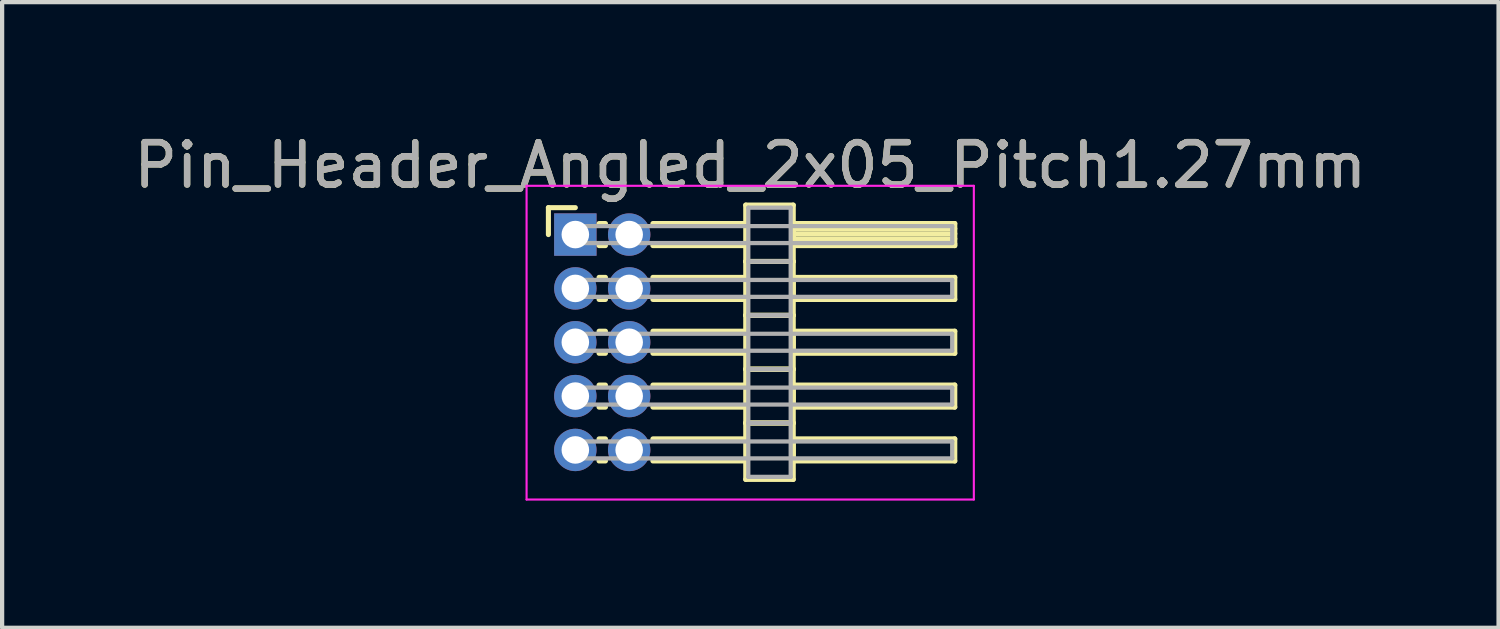
<source format=kicad_pcb>
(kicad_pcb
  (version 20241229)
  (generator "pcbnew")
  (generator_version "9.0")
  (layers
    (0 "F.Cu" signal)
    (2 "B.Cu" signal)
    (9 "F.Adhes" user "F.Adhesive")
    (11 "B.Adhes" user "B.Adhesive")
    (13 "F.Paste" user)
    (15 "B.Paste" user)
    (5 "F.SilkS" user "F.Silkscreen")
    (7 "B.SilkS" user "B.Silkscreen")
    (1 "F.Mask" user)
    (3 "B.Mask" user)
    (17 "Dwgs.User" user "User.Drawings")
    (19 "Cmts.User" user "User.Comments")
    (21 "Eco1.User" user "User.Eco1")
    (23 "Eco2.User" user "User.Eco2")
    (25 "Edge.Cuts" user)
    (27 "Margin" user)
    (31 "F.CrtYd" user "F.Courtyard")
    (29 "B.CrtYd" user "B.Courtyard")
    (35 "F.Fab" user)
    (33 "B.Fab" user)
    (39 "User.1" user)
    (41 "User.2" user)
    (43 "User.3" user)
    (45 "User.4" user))
  (footprint "Pin_Header_Angled_2x05_Pitch1.27mm"
    (layer "F.Cu")
    (at 10.521 2.483)
    (property "Reference" "Pin_Header_Angled_2x05_Pitch1.27mm" (at 4.128 -1.635 0) (layer "F.SilkS") (effects (font (size 1 1) (thickness 0.15))))
    (attr through_hole)
    (fp_line (start -0.635 -0.635) (end 0 -0.635) (stroke (width 0.12) (type solid)) (layer "F.SilkS"))
    (fp_line (start -0.635 0) (end -0.635 -0.635) (stroke (width 0.12) (type solid)) (layer "F.SilkS"))
    (fp_line (start 0.56 -0.26) (end 0.71 -0.26) (stroke (width 0.12) (type solid)) (layer "F.SilkS"))
    (fp_line (start 0.56 0.26) (end 0.71 0.26) (stroke (width 0.12) (type solid)) (layer "F.SilkS"))
    (fp_line (start 0.56 1.01) (end 0.71 1.01) (stroke (width 0.12) (type solid)) (layer "F.SilkS"))
    (fp_line (start 0.56 1.53) (end 0.71 1.53) (stroke (width 0.12) (type solid)) (layer "F.SilkS"))
    (fp_line (start 0.56 2.28) (end 0.71 2.28) (stroke (width 0.12) (type solid)) (layer "F.SilkS"))
    (fp_line (start 0.56 2.8) (end 0.71 2.8) (stroke (width 0.12) (type solid)) (layer "F.SilkS"))
    (fp_line (start 0.56 3.55) (end 0.71 3.55) (stroke (width 0.12) (type solid)) (layer "F.SilkS"))
    (fp_line (start 0.56 4.07) (end 0.71 4.07) (stroke (width 0.12) (type solid)) (layer "F.SilkS"))
    (fp_line (start 0.56 4.82) (end 0.71 4.82) (stroke (width 0.12) (type solid)) (layer "F.SilkS"))
    (fp_line (start 0.56 5.34) (end 0.71 5.34) (stroke (width 0.12) (type solid)) (layer "F.SilkS"))
    (fp_line (start 1.83 -0.26) (end 4.02 -0.26) (stroke (width 0.12) (type solid)) (layer "F.SilkS"))
    (fp_line (start 1.83 0.26) (end 4.02 0.26) (stroke (width 0.12) (type solid)) (layer "F.SilkS"))
    (fp_line (start 1.83 1.01) (end 4.02 1.01) (stroke (width 0.12) (type solid)) (layer "F.SilkS"))
    (fp_line (start 1.83 1.53) (end 4.02 1.53) (stroke (width 0.12) (type solid)) (layer "F.SilkS"))
    (fp_line (start 1.83 2.28) (end 4.02 2.28) (stroke (width 0.12) (type solid)) (layer "F.SilkS"))
    (fp_line (start 1.83 2.8) (end 4.02 2.8) (stroke (width 0.12) (type solid)) (layer "F.SilkS"))
    (fp_line (start 1.83 3.55) (end 4.02 3.55) (stroke (width 0.12) (type solid)) (layer "F.SilkS"))
    (fp_line (start 1.83 4.07) (end 4.02 4.07) (stroke (width 0.12) (type solid)) (layer "F.SilkS"))
    (fp_line (start 1.83 4.82) (end 4.02 4.82) (stroke (width 0.12) (type solid)) (layer "F.SilkS"))
    (fp_line (start 1.83 5.34) (end 4.02 5.34) (stroke (width 0.12) (type solid)) (layer "F.SilkS"))
    (fp_line (start 4.02 -0.695) (end 4.02 0.635) (stroke (width 0.12) (type solid)) (layer "F.SilkS"))
    (fp_line (start 4.02 0.635) (end 4.02 1.905) (stroke (width 0.12) (type solid)) (layer "F.SilkS"))
    (fp_line (start 4.02 0.635) (end 5.14 0.635) (stroke (width 0.12) (type solid)) (layer "F.SilkS"))
    (fp_line (start 4.02 1.905) (end 4.02 3.175) (stroke (width 0.12) (type solid)) (layer "F.SilkS"))
    (fp_line (start 4.02 1.905) (end 5.14 1.905) (stroke (width 0.12) (type solid)) (layer "F.SilkS"))
    (fp_line (start 4.02 3.175) (end 4.02 4.445) (stroke (width 0.12) (type solid)) (layer "F.SilkS"))
    (fp_line (start 4.02 3.175) (end 5.14 3.175) (stroke (width 0.12) (type solid)) (layer "F.SilkS"))
    (fp_line (start 4.02 4.445) (end 4.02 5.775) (stroke (width 0.12) (type solid)) (layer "F.SilkS"))
    (fp_line (start 4.02 4.445) (end 5.14 4.445) (stroke (width 0.12) (type solid)) (layer "F.SilkS"))
    (fp_line (start 4.02 5.775) (end 5.14 5.775) (stroke (width 0.12) (type solid)) (layer "F.SilkS"))
    (fp_line (start 5.14 -0.695) (end 4.02 -0.695) (stroke (width 0.12) (type solid)) (layer "F.SilkS"))
    (fp_line (start 5.14 -0.26) (end 5.14 0.26) (stroke (width 0.12) (type solid)) (layer "F.SilkS"))
    (fp_line (start 5.14 -0.14) (end 8.95 -0.14) (stroke (width 0.12) (type solid)) (layer "F.SilkS"))
    (fp_line (start 5.14 -0.02) (end 8.95 -0.02) (stroke (width 0.12) (type solid)) (layer "F.SilkS"))
    (fp_line (start 5.14 0.1) (end 8.95 0.1) (stroke (width 0.12) (type solid)) (layer "F.SilkS"))
    (fp_line (start 5.14 0.22) (end 8.95 0.22) (stroke (width 0.12) (type solid)) (layer "F.SilkS"))
    (fp_line (start 5.14 0.26) (end 8.95 0.26) (stroke (width 0.12) (type solid)) (layer "F.SilkS"))
    (fp_line (start 5.14 0.635) (end 4.02 0.635) (stroke (width 0.12) (type solid)) (layer "F.SilkS"))
    (fp_line (start 5.14 0.635) (end 5.14 -0.695) (stroke (width 0.12) (type solid)) (layer "F.SilkS"))
    (fp_line (start 5.14 1.01) (end 5.14 1.53) (stroke (width 0.12) (type solid)) (layer "F.SilkS"))
    (fp_line (start 5.14 1.53) (end 8.95 1.53) (stroke (width 0.12) (type solid)) (layer "F.SilkS"))
    (fp_line (start 5.14 1.905) (end 4.02 1.905) (stroke (width 0.12) (type solid)) (layer "F.SilkS"))
    (fp_line (start 5.14 1.905) (end 5.14 0.635) (stroke (width 0.12) (type solid)) (layer "F.SilkS"))
    (fp_line (start 5.14 2.28) (end 5.14 2.8) (stroke (width 0.12) (type solid)) (layer "F.SilkS"))
    (fp_line (start 5.14 2.8) (end 8.95 2.8) (stroke (width 0.12) (type solid)) (layer "F.SilkS"))
    (fp_line (start 5.14 3.175) (end 4.02 3.175) (stroke (width 0.12) (type solid)) (layer "F.SilkS"))
    (fp_line (start 5.14 3.175) (end 5.14 1.905) (stroke (width 0.12) (type solid)) (layer "F.SilkS"))
    (fp_line (start 5.14 3.55) (end 5.14 4.07) (stroke (width 0.12) (type solid)) (layer "F.SilkS"))
    (fp_line (start 5.14 4.07) (end 8.95 4.07) (stroke (width 0.12) (type solid)) (layer "F.SilkS"))
    (fp_line (start 5.14 4.445) (end 4.02 4.445) (stroke (width 0.12) (type solid)) (layer "F.SilkS"))
    (fp_line (start 5.14 4.445) (end 5.14 3.175) (stroke (width 0.12) (type solid)) (layer "F.SilkS"))
    (fp_line (start 5.14 4.82) (end 5.14 5.34) (stroke (width 0.12) (type solid)) (layer "F.SilkS"))
    (fp_line (start 5.14 5.34) (end 8.95 5.34) (stroke (width 0.12) (type solid)) (layer "F.SilkS"))
    (fp_line (start 5.14 5.775) (end 5.14 4.445) (stroke (width 0.12) (type solid)) (layer "F.SilkS"))
    (fp_line (start 8.95 -0.26) (end 5.14 -0.26) (stroke (width 0.12) (type solid)) (layer "F.SilkS"))
    (fp_line (start 8.95 0.26) (end 8.95 -0.26) (stroke (width 0.12) (type solid)) (layer "F.SilkS"))
    (fp_line (start 8.95 1.01) (end 5.14 1.01) (stroke (width 0.12) (type solid)) (layer "F.SilkS"))
    (fp_line (start 8.95 1.53) (end 8.95 1.01) (stroke (width 0.12) (type solid)) (layer "F.SilkS"))
    (fp_line (start 8.95 2.28) (end 5.14 2.28) (stroke (width 0.12) (type solid)) (layer "F.SilkS"))
    (fp_line (start 8.95 2.8) (end 8.95 2.28) (stroke (width 0.12) (type solid)) (layer "F.SilkS"))
    (fp_line (start 8.95 3.55) (end 5.14 3.55) (stroke (width 0.12) (type solid)) (layer "F.SilkS"))
    (fp_line (start 8.95 4.07) (end 8.95 3.55) (stroke (width 0.12) (type solid)) (layer "F.SilkS"))
    (fp_line (start 8.95 4.82) (end 5.14 4.82) (stroke (width 0.12) (type solid)) (layer "F.SilkS"))
    (fp_line (start 8.95 5.34) (end 8.95 4.82) (stroke (width 0.12) (type solid)) (layer "F.SilkS"))
    (fp_line (start -1.15 -1.15) (end -1.15 6.25) (stroke (width 0.05) (type solid)) (layer "F.CrtYd"))
    (fp_line (start -1.15 6.25) (end 9.4 6.25) (stroke (width 0.05) (type solid)) (layer "F.CrtYd"))
    (fp_line (start 9.4 -1.15) (end -1.15 -1.15) (stroke (width 0.05) (type solid)) (layer "F.CrtYd"))
    (fp_line (start 9.4 6.25) (end 9.4 -1.15) (stroke (width 0.05) (type solid)) (layer "F.CrtYd"))
    (fp_line (start 0 -0.2) (end 0 0.2) (stroke (width 0.1) (type solid)) (layer "F.Fab"))
    (fp_line (start 0 0.2) (end 8.89 0.2) (stroke (width 0.1) (type solid)) (layer "F.Fab"))
    (fp_line (start 0 1.07) (end 0 1.47) (stroke (width 0.1) (type solid)) (layer "F.Fab"))
    (fp_line (start 0 1.47) (end 8.89 1.47) (stroke (width 0.1) (type solid)) (layer "F.Fab"))
    (fp_line (start 0 2.34) (end 0 2.74) (stroke (width 0.1) (type solid)) (layer "F.Fab"))
    (fp_line (start 0 2.74) (end 8.89 2.74) (stroke (width 0.1) (type solid)) (layer "F.Fab"))
    (fp_line (start 0 3.61) (end 0 4.01) (stroke (width 0.1) (type solid)) (layer "F.Fab"))
    (fp_line (start 0 4.01) (end 8.89 4.01) (stroke (width 0.1) (type solid)) (layer "F.Fab"))
    (fp_line (start 0 4.88) (end 0 5.28) (stroke (width 0.1) (type solid)) (layer "F.Fab"))
    (fp_line (start 0 5.28) (end 8.89 5.28) (stroke (width 0.1) (type solid)) (layer "F.Fab"))
    (fp_line (start 4.08 -0.635) (end 4.08 0.635) (stroke (width 0.1) (type solid)) (layer "F.Fab"))
    (fp_line (start 4.08 0.635) (end 4.08 1.905) (stroke (width 0.1) (type solid)) (layer "F.Fab"))
    (fp_line (start 4.08 0.635) (end 5.08 0.635) (stroke (width 0.1) (type solid)) (layer "F.Fab"))
    (fp_line (start 4.08 1.905) (end 4.08 3.175) (stroke (width 0.1) (type solid)) (layer "F.Fab"))
    (fp_line (start 4.08 1.905) (end 5.08 1.905) (stroke (width 0.1) (type solid)) (layer "F.Fab"))
    (fp_line (start 4.08 3.175) (end 4.08 4.445) (stroke (width 0.1) (type solid)) (layer "F.Fab"))
    (fp_line (start 4.08 3.175) (end 5.08 3.175) (stroke (width 0.1) (type solid)) (layer "F.Fab"))
    (fp_line (start 4.08 4.445) (end 4.08 5.715) (stroke (width 0.1) (type solid)) (layer "F.Fab"))
    (fp_line (start 4.08 4.445) (end 5.08 4.445) (stroke (width 0.1) (type solid)) (layer "F.Fab"))
    (fp_line (start 4.08 5.715) (end 5.08 5.715) (stroke (width 0.1) (type solid)) (layer "F.Fab"))
    (fp_line (start 5.08 -0.635) (end 4.08 -0.635) (stroke (width 0.1) (type solid)) (layer "F.Fab"))
    (fp_line (start 5.08 0.635) (end 4.08 0.635) (stroke (width 0.1) (type solid)) (layer "F.Fab"))
    (fp_line (start 5.08 0.635) (end 5.08 -0.635) (stroke (width 0.1) (type solid)) (layer "F.Fab"))
    (fp_line (start 5.08 1.905) (end 4.08 1.905) (stroke (width 0.1) (type solid)) (layer "F.Fab"))
    (fp_line (start 5.08 1.905) (end 5.08 0.635) (stroke (width 0.1) (type solid)) (layer "F.Fab"))
    (fp_line (start 5.08 3.175) (end 4.08 3.175) (stroke (width 0.1) (type solid)) (layer "F.Fab"))
    (fp_line (start 5.08 3.175) (end 5.08 1.905) (stroke (width 0.1) (type solid)) (layer "F.Fab"))
    (fp_line (start 5.08 4.445) (end 4.08 4.445) (stroke (width 0.1) (type solid)) (layer "F.Fab"))
    (fp_line (start 5.08 4.445) (end 5.08 3.175) (stroke (width 0.1) (type solid)) (layer "F.Fab"))
    (fp_line (start 5.08 5.715) (end 5.08 4.445) (stroke (width 0.1) (type solid)) (layer "F.Fab"))
    (fp_line (start 8.89 -0.2) (end 0 -0.2) (stroke (width 0.1) (type solid)) (layer "F.Fab"))
    (fp_line (start 8.89 0.2) (end 8.89 -0.2) (stroke (width 0.1) (type solid)) (layer "F.Fab"))
    (fp_line (start 8.89 1.07) (end 0 1.07) (stroke (width 0.1) (type solid)) (layer "F.Fab"))
    (fp_line (start 8.89 1.47) (end 8.89 1.07) (stroke (width 0.1) (type solid)) (layer "F.Fab"))
    (fp_line (start 8.89 2.34) (end 0 2.34) (stroke (width 0.1) (type solid)) (layer "F.Fab"))
    (fp_line (start 8.89 2.74) (end 8.89 2.34) (stroke (width 0.1) (type solid)) (layer "F.Fab"))
    (fp_line (start 8.89 3.61) (end 0 3.61) (stroke (width 0.1) (type solid)) (layer "F.Fab"))
    (fp_line (start 8.89 4.01) (end 8.89 3.61) (stroke (width 0.1) (type solid)) (layer "F.Fab"))
    (fp_line (start 8.89 4.88) (end 0 4.88) (stroke (width 0.1) (type solid)) (layer "F.Fab"))
    (fp_line (start 8.89 5.28) (end 8.89 4.88) (stroke (width 0.1) (type solid)) (layer "F.Fab"))
    (fp_text user "${REFERENCE}" (at 4.128 -1.635 0) (layer "F.Fab") (effects (font (size 1 1) (thickness 0.15))))
    (pad "1" thru_hole rect (at 0 0) (size 1 1) (drill 0.65) (layers "*.Cu" "*.Mask"))
    (pad "2" thru_hole oval (at 1.27 0) (size 1 1) (drill 0.65) (layers "*.Cu" "*.Mask"))
    (pad "3" thru_hole oval (at 0 1.27) (size 1 1) (drill 0.65) (layers "*.Cu" "*.Mask"))
    (pad "4" thru_hole oval (at 1.27 1.27) (size 1 1) (drill 0.65) (layers "*.Cu" "*.Mask"))
    (pad "5" thru_hole oval (at 0 2.54) (size 1 1) (drill 0.65) (layers "*.Cu" "*.Mask"))
    (pad "6" thru_hole oval (at 1.27 2.54) (size 1 1) (drill 0.65) (layers "*.Cu" "*.Mask"))
    (pad "7" thru_hole oval (at 0 3.81) (size 1 1) (drill 0.65) (layers "*.Cu" "*.Mask"))
    (pad "8" thru_hole oval (at 1.27 3.81) (size 1 1) (drill 0.65) (layers "*.Cu" "*.Mask"))
    (pad "9" thru_hole oval (at 0 5.08) (size 1 1) (drill 0.65) (layers "*.Cu" "*.Mask"))
    (pad "10" thru_hole oval (at 1.27 5.08) (size 1 1) (drill 0.65) (layers "*.Cu" "*.Mask")))
  (gr_rect
    (start -3 -3)
    (end 32.298 11.758)
    (stroke (width 0.1) (type default))
    (fill no)
    (layer "Edge.Cuts")))
</source>
